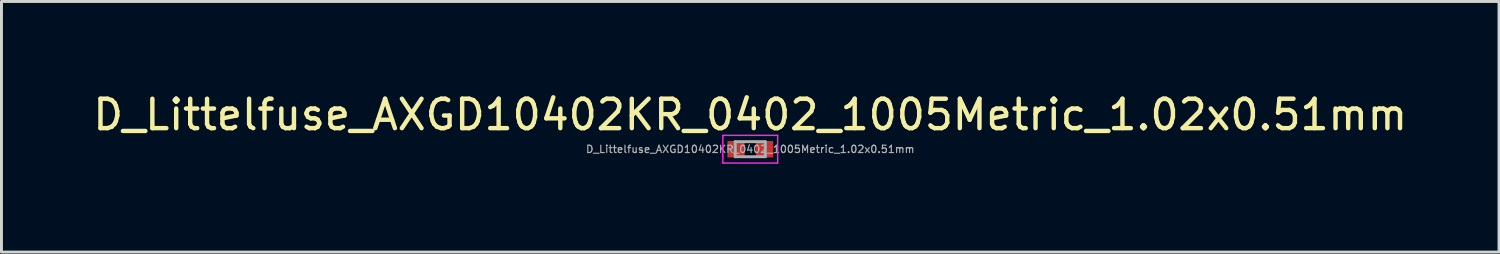
<source format=kicad_pcb>
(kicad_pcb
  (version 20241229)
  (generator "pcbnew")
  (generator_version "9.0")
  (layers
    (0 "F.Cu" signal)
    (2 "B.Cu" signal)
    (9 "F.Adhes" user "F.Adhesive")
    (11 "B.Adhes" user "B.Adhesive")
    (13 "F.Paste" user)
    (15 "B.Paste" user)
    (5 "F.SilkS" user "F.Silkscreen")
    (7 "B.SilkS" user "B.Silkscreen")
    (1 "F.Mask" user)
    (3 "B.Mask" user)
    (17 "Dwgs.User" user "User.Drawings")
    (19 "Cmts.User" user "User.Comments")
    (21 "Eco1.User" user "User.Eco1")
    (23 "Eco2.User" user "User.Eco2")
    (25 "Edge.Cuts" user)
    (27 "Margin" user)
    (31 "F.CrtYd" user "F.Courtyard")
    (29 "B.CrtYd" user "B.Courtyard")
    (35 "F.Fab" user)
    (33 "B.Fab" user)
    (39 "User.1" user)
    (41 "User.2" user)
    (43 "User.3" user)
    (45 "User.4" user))
  (footprint "D_Littelfuse_AXGD10402KR_0402_1005Metric_1.02x0.51mm"
    (layer "F.Cu")
    (at 22.435 2.018)
    (property "Reference" "D_Littelfuse_AXGD10402KR_0402_1005Metric_1.02x0.51mm" (at 0 -1.17 0) (layer "F.SilkS") (effects (font (size 1 1) (thickness 0.15))))
    (attr smd)
    (fp_line (start -0.93 -0.47) (end 0.93 -0.47) (stroke (width 0.05) (type solid)) (layer "F.CrtYd"))
    (fp_line (start -0.93 0.47) (end -0.93 -0.47) (stroke (width 0.05) (type solid)) (layer "F.CrtYd"))
    (fp_line (start 0.93 -0.47) (end 0.93 0.47) (stroke (width 0.05) (type solid)) (layer "F.CrtYd"))
    (fp_line (start 0.93 0.47) (end -0.93 0.47) (stroke (width 0.05) (type solid)) (layer "F.CrtYd"))
    (fp_line (start -0.51 -0.255) (end 0.51 -0.255) (stroke (width 0.1) (type solid)) (layer "F.Fab"))
    (fp_line (start -0.51 0.255) (end -0.51 -0.255) (stroke (width 0.1) (type solid)) (layer "F.Fab"))
    (fp_line (start 0.51 -0.255) (end 0.51 0.255) (stroke (width 0.1) (type solid)) (layer "F.Fab"))
    (fp_line (start 0.51 0.255) (end -0.51 0.255) (stroke (width 0.1) (type solid)) (layer "F.Fab"))
    (fp_text user "${REFERENCE}" (at 0 0 0) (layer "F.Fab") (effects (font (size 0.25 0.25) (thickness 0.04))))
    (pad "1" smd rect (at -0.483 0) (size 0.584 0.559) (layers "F.Cu" "F.Mask" "F.Paste"))
    (pad "2" smd rect (at 0.483 0) (size 0.584 0.559) (layers "F.Cu" "F.Mask" "F.Paste")))
  (gr_rect
    (start -3 -3)
    (end 47.869 5.513)
    (stroke (width 0.1) (type default))
    (fill no)
    (layer "Edge.Cuts")))
</source>
